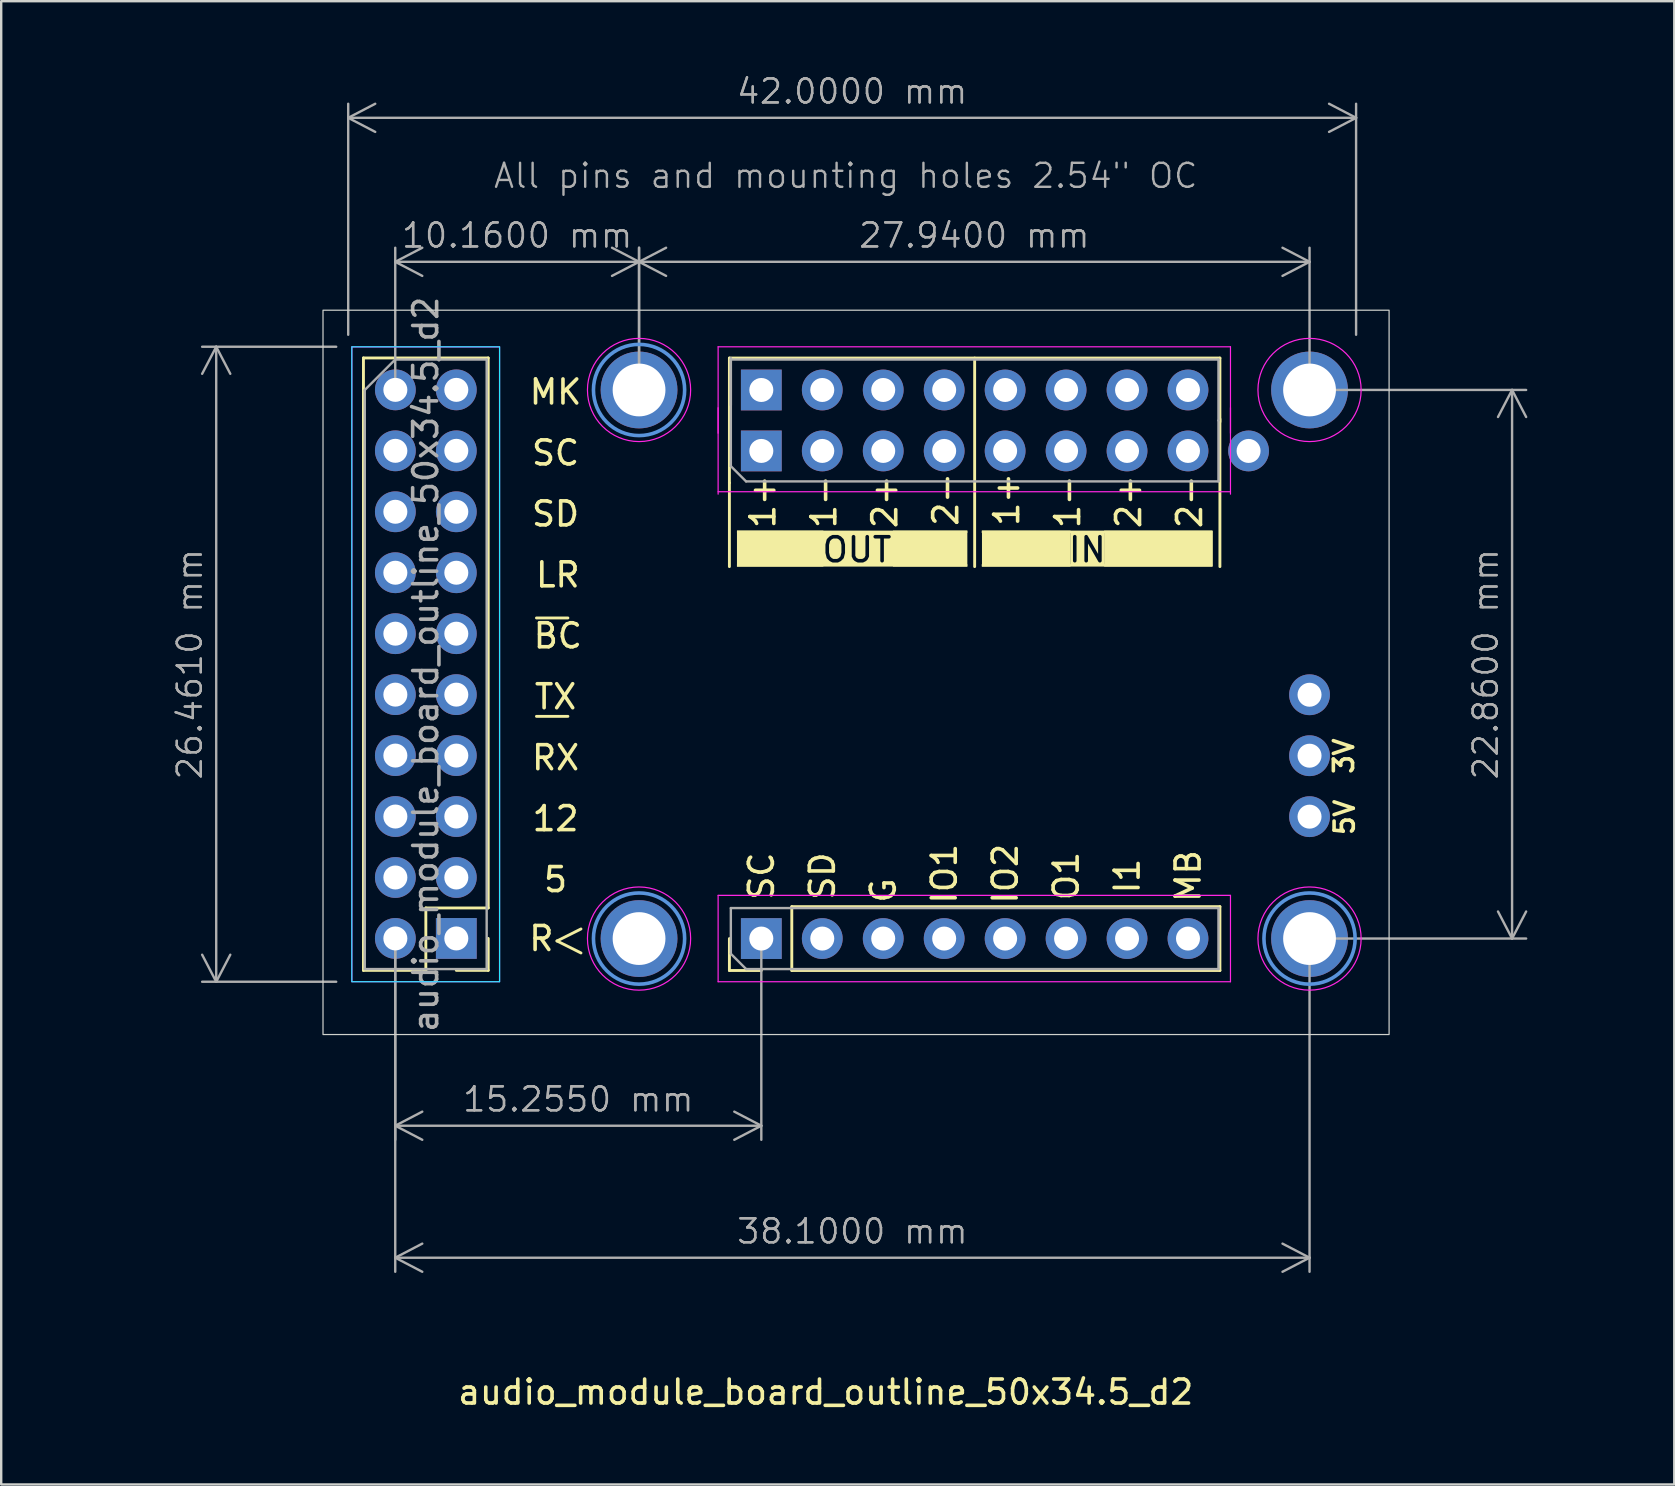
<source format=kicad_pcb>
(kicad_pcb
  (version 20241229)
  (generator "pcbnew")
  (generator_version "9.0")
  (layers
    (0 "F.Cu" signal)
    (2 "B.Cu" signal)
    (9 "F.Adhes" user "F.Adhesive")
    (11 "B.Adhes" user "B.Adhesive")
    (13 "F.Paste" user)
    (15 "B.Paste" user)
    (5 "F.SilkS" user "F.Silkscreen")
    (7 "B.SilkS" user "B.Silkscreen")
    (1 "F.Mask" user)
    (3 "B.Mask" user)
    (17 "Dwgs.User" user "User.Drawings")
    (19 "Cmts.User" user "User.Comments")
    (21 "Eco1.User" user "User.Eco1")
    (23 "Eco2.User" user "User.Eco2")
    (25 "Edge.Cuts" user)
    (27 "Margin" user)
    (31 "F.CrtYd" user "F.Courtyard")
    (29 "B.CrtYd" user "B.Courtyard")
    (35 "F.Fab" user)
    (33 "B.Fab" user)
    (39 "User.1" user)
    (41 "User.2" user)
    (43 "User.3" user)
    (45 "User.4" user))
  (footprint "audio_module_board_outline_50x34.5_d2"
    (layer "F.Cu")
    (at 11.46 37.861)
    (property "Reference" "audio_module_board_outline_50x34.5_d2" (at 19.9 17.1 180) (layer "F.SilkS") (effects (font (size 1 1) (thickness 0.15))))
    (attr through_hole exclude_from_bom)
    (fp_line (start 0.635 -0.475) (end 0.635 -25.995) (stroke (width 0.12) (type solid)) (layer "F.SilkS"))
    (fp_line (start 3.235 -3.075) (end 3.235 -0.475) (stroke (width 0.12) (type solid)) (layer "F.SilkS"))
    (fp_line (start 3.235 -0.475) (end 0.635 -0.475) (stroke (width 0.12) (type solid)) (layer "F.SilkS"))
    (fp_line (start 5.835 -25.995) (end 0.635 -25.995) (stroke (width 0.12) (type solid)) (layer "F.SilkS"))
    (fp_line (start 5.835 -3.075) (end 3.235 -3.075) (stroke (width 0.12) (type solid)) (layer "F.SilkS"))
    (fp_line (start 5.835 -3.075) (end 5.835 -25.995) (stroke (width 0.12) (type solid)) (layer "F.SilkS"))
    (fp_line (start 5.835 -1.805) (end 5.835 -0.475) (stroke (width 0.12) (type solid)) (layer "F.SilkS"))
    (fp_line (start 5.835 -0.475) (end 4.505 -0.475) (stroke (width 0.12) (type solid)) (layer "F.SilkS"))
    (fp_line (start 7.845 -15.16) (end 9.155 -15.16) (stroke (width 0.12) (type solid)) (layer "F.SilkS"))
    (fp_line (start 8.7 -1.7) (end 9.7 -1.2) (stroke (width 0.12) (type solid)) (layer "F.SilkS"))
    (fp_line (start 9.155 -11.06) (end 7.845 -11.06) (stroke (width 0.12) (type solid)) (layer "F.SilkS"))
    (fp_line (start 9.7 -2.2) (end 8.7 -1.7) (stroke (width 0.12) (type solid)) (layer "F.SilkS"))
    (fp_line (start 15.885 -25.99) (end 36.325 -25.99) (stroke (width 0.12) (type solid)) (layer "F.SilkS"))
    (fp_line (start 15.885 -20.79) (end 15.885 -25.99) (stroke (width 0.12) (type solid)) (layer "F.SilkS"))
    (fp_line (start 15.885 -20.79) (end 15.885 -17.3) (stroke (width 0.12) (type solid)) (layer "F.SilkS"))
    (fp_line (start 15.885 -0.47) (end 15.885 -1.8) (stroke (width 0.12) (type solid)) (layer "F.SilkS"))
    (fp_line (start 17.215 -0.47) (end 15.885 -0.47) (stroke (width 0.12) (type solid)) (layer "F.SilkS"))
    (fp_line (start 18.485 -3.13) (end 36.325 -3.13) (stroke (width 0.12) (type solid)) (layer "F.SilkS"))
    (fp_line (start 18.485 -0.47) (end 18.485 -3.13) (stroke (width 0.12) (type solid)) (layer "F.SilkS"))
    (fp_line (start 18.485 -0.47) (end 36.325 -0.47) (stroke (width 0.12) (type solid)) (layer "F.SilkS"))
    (fp_line (start 26.105 -25.99) (end 26.105 -17.3) (stroke (width 0.12) (type solid)) (layer "F.SilkS"))
    (fp_line (start 36.325 -23.33) (end 36.325 -25.99) (stroke (width 0.12) (type solid)) (layer "F.SilkS"))
    (fp_line (start 36.325 -17.3) (end 36.325 -23.45) (stroke (width 0.12) (type solid)) (layer "F.SilkS"))
    (fp_line (start 36.325 -0.47) (end 36.325 -3.13) (stroke (width 0.12) (type solid)) (layer "F.SilkS"))
    (fp_rect (start 16.2 -18.8) (end 19.8 -17.3) (stroke (width 0) (type solid)) (fill yes) (layer "F.SilkS"))
    (fp_rect (start 16.2 -18.8) (end 25.8 -18.7) (stroke (width 0) (type solid)) (fill yes) (layer "F.SilkS"))
    (fp_rect (start 16.2 -17.4) (end 25.8 -17.3) (stroke (width 0) (type solid)) (fill yes) (layer "F.SilkS"))
    (fp_rect (start 22.7 -18.8) (end 25.8 -17.3) (stroke (width 0) (type solid)) (fill yes) (layer "F.SilkS"))
    (fp_rect (start 26.4 -18.8) (end 36 -18.7) (stroke (width 0) (type solid)) (fill yes) (layer "F.SilkS"))
    (fp_rect (start 26.4 -17.4) (end 36 -17.3) (stroke (width 0) (type solid)) (fill yes) (layer "F.SilkS"))
    (fp_rect (start 26.41 -18.8) (end 30.1 -17.3) (stroke (width 0) (type solid)) (fill yes) (layer "F.SilkS"))
    (fp_rect (start 31.5 -18.8) (end 36.03 -17.3) (stroke (width 0) (type solid)) (fill yes) (layer "F.SilkS"))
    (fp_circle (center 12.12 -24.66) (end 14.02 -24.66) (stroke (width 0.15) (type solid)) (fill no) (layer "Cmts.User"))
    (fp_circle (center 12.12 -1.8) (end 14.02 -1.8) (stroke (width 0.15) (type solid)) (fill no) (layer "Cmts.User"))
    (fp_circle (center 40.06 -1.8) (end 41.96 -1.8) (stroke (width 0.15) (type solid)) (fill no) (layer "Cmts.User"))
    (fp_rect (start -1.05 -27.985) (end 43.375 2.2) (stroke (width 0.05) (type default)) (fill no) (layer "Edge.Cuts"))
    (fp_rect (start 0.15 -26.46) (end 6.31 0) (stroke (width 0.05) (type default)) (fill no) (layer "B.CrtYd"))
    (fp_line (start 0.155 -26.455) (end 0.155 -0.005) (stroke (width 0.05) (type solid)) (layer "F.CrtYd"))
    (fp_line (start 0.155 -0.005) (end 6.305 -0.005) (stroke (width 0.05) (type solid)) (layer "F.CrtYd"))
    (fp_line (start 6.305 -26.455) (end 0.155 -26.455) (stroke (width 0.05) (type solid)) (layer "F.CrtYd"))
    (fp_line (start 6.305 -0.005) (end 6.305 -26.455) (stroke (width 0.05) (type solid)) (layer "F.CrtYd"))
    (fp_line (start 15.415 -26.46) (end 15.415 -22.86) (stroke (width 0.05) (type solid)) (layer "F.CrtYd"))
    (fp_line (start 15.415 -23.92) (end 15.415 -20.32) (stroke (width 0.05) (type solid)) (layer "F.CrtYd"))
    (fp_line (start 15.415 -20.42) (end 36.765 -20.42) (stroke (width 0.05) (type solid)) (layer "F.CrtYd"))
    (fp_line (start 15.415 -3.6) (end 15.415 0) (stroke (width 0.05) (type solid)) (layer "F.CrtYd"))
    (fp_line (start 15.415 0) (end 36.765 0) (stroke (width 0.05) (type solid)) (layer "F.CrtYd"))
    (fp_line (start 36.765 -26.46) (end 15.415 -26.46) (stroke (width 0.05) (type solid)) (layer "F.CrtYd"))
    (fp_line (start 36.765 -22.86) (end 36.765 -26.46) (stroke (width 0.05) (type solid)) (layer "F.CrtYd"))
    (fp_line (start 36.765 -20.32) (end 36.765 -23.92) (stroke (width 0.05) (type solid)) (layer "F.CrtYd"))
    (fp_line (start 36.765 -3.6) (end 15.415 -3.6) (stroke (width 0.05) (type solid)) (layer "F.CrtYd"))
    (fp_line (start 36.765 0) (end 36.765 -3.6) (stroke (width 0.05) (type solid)) (layer "F.CrtYd"))
    (fp_circle (center 12.12 -24.66) (end 14.27 -24.66) (stroke (width 0.05) (type solid)) (fill no) (layer "F.CrtYd"))
    (fp_circle (center 12.12 -1.8) (end 14.27 -1.8) (stroke (width 0.05) (type solid)) (fill no) (layer "F.CrtYd"))
    (fp_circle (center 40.06 -24.66) (end 42.21 -24.66) (stroke (width 0.05) (type solid)) (fill no) (layer "F.CrtYd"))
    (fp_circle (center 40.06 -1.8) (end 42.21 -1.8) (stroke (width 0.05) (type solid)) (fill no) (layer "F.CrtYd"))
    (fp_line (start 0.69 -24.66) (end 1.96 -25.93) (stroke (width 0.1) (type solid)) (layer "F.Fab"))
    (fp_line (start 0.69 -0.53) (end 0.69 -24.66) (stroke (width 0.1) (type solid)) (layer "F.Fab"))
    (fp_line (start 1.96 -25.93) (end 5.77 -25.93) (stroke (width 0.1) (type solid)) (layer "F.Fab"))
    (fp_line (start 5.77 -25.93) (end 5.77 -0.53) (stroke (width 0.1) (type solid)) (layer "F.Fab"))
    (fp_line (start 5.77 -0.53) (end 0.69 -0.53) (stroke (width 0.1) (type solid)) (layer "F.Fab"))
    (fp_line (start 15.945 -25.93) (end 36.265 -25.93) (stroke (width 0.1) (type solid)) (layer "F.Fab"))
    (fp_line (start 15.945 -24.025) (end 15.945 -25.93) (stroke (width 0.1) (type solid)) (layer "F.Fab"))
    (fp_line (start 15.945 -21.485) (end 15.945 -25.99) (stroke (width 0.1) (type solid)) (layer "F.Fab"))
    (fp_line (start 15.945 -3.07) (end 36.265 -3.07) (stroke (width 0.1) (type solid)) (layer "F.Fab"))
    (fp_line (start 15.945 -1.165) (end 15.945 -3.07) (stroke (width 0.1) (type solid)) (layer "F.Fab"))
    (fp_line (start 16.58 -20.85) (end 15.945 -21.485) (stroke (width 0.1) (type solid)) (layer "F.Fab"))
    (fp_line (start 16.58 -0.53) (end 15.945 -1.165) (stroke (width 0.1) (type solid)) (layer "F.Fab"))
    (fp_line (start 36.265 -25.93) (end 36.265 -23.39) (stroke (width 0.1) (type solid)) (layer "F.Fab"))
    (fp_line (start 36.265 -23.39) (end 36.265 -20.85) (stroke (width 0.1) (type solid)) (layer "F.Fab"))
    (fp_line (start 36.265 -20.85) (end 16.58 -20.85) (stroke (width 0.1) (type solid)) (layer "F.Fab"))
    (fp_line (start 36.265 -3.07) (end 36.265 -0.53) (stroke (width 0.1) (type solid)) (layer "F.Fab"))
    (fp_line (start 36.265 -0.53) (end 16.58 -0.53) (stroke (width 0.1) (type solid)) (layer "F.Fab"))
    (fp_text user "1-" (at 29.98 -20.005 90) (unlocked yes) (layer "F.SilkS") (effects (font (size 1 1) (thickness 0.15))))
    (fp_text user "2-" (at 35.06 -20.005 90) (unlocked yes) (layer "F.SilkS") (effects (font (size 1 1) (thickness 0.15))))
    (fp_text user "IO2" (at 27.38 -4.5 90) (unlocked yes) (layer "F.SilkS") (effects (font (size 1 1) (thickness 0.15))))
    (fp_text user "5V" (at 41.52 -6.85 90) (unlocked yes) (layer "F.SilkS") (effects (font (size 0.8 0.8) (thickness 0.15))))
    (fp_text user "SC" (at 17.22 -4.405 90) (unlocked yes) (layer "F.SilkS") (effects (font (size 1 1) (thickness 0.15))))
    (fp_text user "2-" (at 24.9 -20.1 90) (unlocked yes) (layer "F.SilkS") (effects (font (size 1 1) (thickness 0.15))))
    (fp_text user "BC" (at 8.735 -14.415 0) (unlocked yes) (layer "F.SilkS") (effects (font (size 1 1) (thickness 0.15))))
    (fp_text user "MK" (at 8.64 -24.575 0) (unlocked yes) (layer "F.SilkS") (effects (font (size 1 1) (thickness 0.15))))
    (fp_text user "1+" (at 27.44 -20.1 90) (unlocked yes) (layer "F.SilkS") (effects (font (size 1 1) (thickness 0.15))))
    (fp_text user "SC" (at 8.64 -22.035 0) (unlocked yes) (layer "F.SilkS") (effects (font (size 1 1) (thickness 0.15))))
    (fp_text user "LR" (at 8.735 -16.955 0) (unlocked yes) (layer "F.SilkS") (effects (font (size 1 1) (thickness 0.15))))
    (fp_text user "2+" (at 32.52 -20.005 90) (unlocked yes) (layer "F.SilkS") (effects (font (size 1 1) (thickness 0.15))))
    (fp_text user "12" (at 8.64 -6.795 0) (unlocked yes) (layer "F.SilkS") (effects (font (size 1 1) (thickness 0.15))))
    (fp_text user "G" (at 22.3 -3.805 90) (unlocked yes) (layer "F.SilkS") (effects (font (size 1 1) (thickness 0.15))))
    (fp_text user "O1" (at 29.92 -4.405 90) (unlocked yes) (layer "F.SilkS") (effects (font (size 1 1) (thickness 0.15))))
    (fp_text user "MB" (at 35 -4.405 90) (unlocked yes) (layer "F.SilkS") (effects (font (size 1 1) (thickness 0.15))))
    (fp_text user "IN" (at 30.8 -18 0) (unlocked yes) (layer "F.SilkS" knockout) (effects (font (size 1 1) (thickness 0.15))))
    (fp_text user "TX" (at 8.64 -11.875 0) (unlocked yes) (layer "F.SilkS") (effects (font (size 1 1) (thickness 0.15))))
    (fp_text user "2+" (at 22.36 -20.005 90) (unlocked yes) (layer "F.SilkS") (effects (font (size 1 1) (thickness 0.15))))
    (fp_text user "5" (at 8.64 -4.255 0) (unlocked yes) (layer "F.SilkS") (effects (font (size 1 1) (thickness 0.15))))
    (fp_text user "RX" (at 8.64 -9.335 0) (unlocked yes) (layer "F.SilkS") (effects (font (size 1 1) (thickness 0.15))))
    (fp_text user "1-" (at 19.82 -20.005 90) (unlocked yes) (layer "F.SilkS") (effects (font (size 1 1) (thickness 0.15))))
    (fp_text user "1+" (at 17.28 -20.005 90) (unlocked yes) (layer "F.SilkS") (effects (font (size 1 1) (thickness 0.15))))
    (fp_text user "IO1" (at 24.84 -4.5 90) (unlocked yes) (layer "F.SilkS") (effects (font (size 1 1) (thickness 0.15))))
    (fp_text user "SD" (at 19.76 -4.405 90) (unlocked yes) (layer "F.SilkS") (effects (font (size 1 1) (thickness 0.15))))
    (fp_text user "SD" (at 8.64 -19.495 0) (unlocked yes) (layer "F.SilkS") (effects (font (size 1 1) (thickness 0.15))))
    (fp_text user "OUT" (at 21.2 -18 0) (unlocked yes) (layer "F.SilkS" knockout) (effects (font (size 1 1) (thickness 0.15))))
    (fp_text user "I1" (at 32.46 -4.405 90) (unlocked yes) (layer "F.SilkS") (effects (font (size 1 1) (thickness 0.15))))
    (fp_text user "R" (at 8.05 -1.8 0) (unlocked yes) (layer "F.SilkS") (effects (font (size 1 1) (thickness 0.15))))
    (fp_text user "3V" (at 41.49 -9.4 90) (unlocked yes) (layer "F.SilkS") (effects (font (size 0.8 0.8) (thickness 0.15))))
    (fp_text user "All pins and mounting holes 2.54\" OC" (at 6 -33 0) (unlocked yes) (layer "F.Fab") (effects (font (size 1 1) (thickness 0.1)) (justify left bottom)))
    (fp_text user "${REFERENCE}" (at 3.23 -13.23 90) (layer "F.Fab") (effects (font (size 1 1) (thickness 0.15))))
    (dimension (type orthogonal) (layer "F.Fab") (pts (xy 13.42 36.06) (xy 28.675 36.06)) (height 7.8) (orientation 0) (format (prefix "") (suffix "") (units 3) (units_format 1) (precision 4)) (style (thickness 0.1) (arrow_length 1.27) (text_position_mode 0) (arrow_direction outward) (extension_height 0.586) (extension_offset 0.5) (keep_text_aligned yes)) (gr_text "15.2550 mm" (at 21.047 42.761 0) (layer "F.Fab") (effects (font (size 1 1) (thickness 0.1)))))
    (dimension (type orthogonal) (layer "F.Fab") (pts (xy 13.42 13.2) (xy 23.58 13.2)) (height -5.34) (orientation 0) (format (prefix "") (suffix "") (units 3) (units_format 1) (precision 4)) (style (thickness 0.1) (arrow_length 1.27) (text_position_mode 0) (arrow_direction outward) (extension_height 0.586) (extension_offset 0.5) (keep_text_aligned yes)) (gr_text "10.1600 mm" (at 18.5 6.761 0) (layer "F.Fab") (effects (font (size 1 1) (thickness 0.1)))))
    (dimension (type orthogonal) (layer "F.Fab") (pts (xy 13.42 36.06) (xy 51.52 36.06)) (height 13.3) (orientation 0) (format (prefix "") (suffix "") (units 3) (units_format 1) (precision 4)) (style (thickness 0.1) (arrow_length 1.27) (text_position_mode 0) (arrow_direction outward) (extension_height 0.586) (extension_offset 0.5) (keep_text_aligned yes)) (gr_text "38.1000 mm" (at 32.47 48.261 0) (layer "F.Fab") (effects (font (size 1 1) (thickness 0.1)))))
    (dimension (type orthogonal) (layer "F.Fab") (pts (xy 11.46 11.4) (xy 11.46 37.861)) (height -5.5) (orientation 1) (format (prefix "") (suffix "") (units 3) (units_format 1) (precision 4)) (style (thickness 0.1) (arrow_length 1.27) (text_position_mode 0) (arrow_direction outward) (extension_height 0.586) (extension_offset 0.5) (keep_text_aligned yes)) (gr_text "26.4600 mm" (at 4.86 24.631 90) (layer "F.Fab") (effects (font (size 1 1) (thickness 0.1)))))
    (dimension (type orthogonal) (layer "F.Fab") (pts (xy 23.58 13.2) (xy 51.52 13.2)) (height -5.34) (orientation 0) (format (prefix "") (suffix "") (units 3) (units_format 1) (precision 4)) (style (thickness 0.1) (arrow_length 1.27) (text_position_mode 0) (arrow_direction outward) (extension_height 0.586) (extension_offset 0.5) (keep_text_aligned yes)) (gr_text "27.9400 mm" (at 37.55 6.761 0) (layer "F.Fab") (effects (font (size 1 1) (thickness 0.1)))))
    (dimension (type orthogonal) (layer "F.Fab") (pts (xy 11.46 11.4) (xy 53.46 11.4)) (height -9.54) (orientation 0) (format (prefix "") (suffix "") (units 3) (units_format 1) (precision 4)) (style (thickness 0.1) (arrow_length 1.27) (text_position_mode 0) (arrow_direction outward) (extension_height 0.586) (extension_offset 0.5) (keep_text_aligned yes)) (gr_text "42.0000 mm" (at 32.46 0.76 0) (layer "F.Fab") (effects (font (size 1 1) (thickness 0.1)))))
    (dimension (type orthogonal) (layer "F.Fab") (pts (xy 51.52 13.2) (xy 51.52 36.06)) (height 8.44) (orientation 1) (format (prefix "") (suffix "") (units 3) (units_format 1) (precision 4)) (style (thickness 0.1) (arrow_length 1.27) (text_position_mode 0) (arrow_direction outward) (extension_height 0.586) (extension_offset 0.5) (keep_text_aligned yes)) (gr_text "22.8600 mm" (at 58.86 24.631 90) (layer "F.Fab") (effects (font (size 1 1) (thickness 0.1)))))
    (pad "1" thru_hole rect (at 4.505 -1.805 180) (size 1.7 1.7) (drill 1) (layers "*.Cu" "*.Mask"))
    (pad "2" thru_hole oval (at 1.965 -1.805 180) (size 1.7 1.7) (drill 1) (layers "*.Cu" "*.Mask"))
    (pad "3" thru_hole oval (at 4.505 -4.345 180) (size 1.7 1.7) (drill 1) (layers "*.Cu" "*.Mask"))
    (pad "4" thru_hole oval (at 1.965 -4.345 180) (size 1.7 1.7) (drill 1) (layers "*.Cu" "*.Mask"))
    (pad "5" thru_hole oval (at 4.505 -6.885 180) (size 1.7 1.7) (drill 1) (layers "*.Cu" "*.Mask"))
    (pad "6" thru_hole oval (at 1.965 -6.885 180) (size 1.7 1.7) (drill 1) (layers "*.Cu" "*.Mask"))
    (pad "7" thru_hole oval (at 4.505 -9.425 180) (size 1.7 1.7) (drill 1) (layers "*.Cu" "*.Mask"))
    (pad "8" thru_hole oval (at 1.965 -9.425 180) (size 1.7 1.7) (drill 1) (layers "*.Cu" "*.Mask"))
    (pad "9" thru_hole oval (at 4.505 -11.965 180) (size 1.7 1.7) (drill 1) (layers "*.Cu" "*.Mask"))
    (pad "10" thru_hole oval (at 1.965 -11.965 180) (size 1.7 1.7) (drill 1) (layers "*.Cu" "*.Mask"))
    (pad "11" thru_hole oval (at 4.505 -14.505 180) (size 1.7 1.7) (drill 1) (layers "*.Cu" "*.Mask"))
    (pad "12" thru_hole oval (at 1.965 -14.505 90) (size 1.7 1.7) (drill 1) (layers "*.Cu" "*.Mask"))
    (pad "13" thru_hole oval (at 4.505 -17.045 180) (size 1.7 1.7) (drill 1) (layers "*.Cu" "*.Mask"))
    (pad "14" thru_hole oval (at 1.965 -17.045 180) (size 1.7 1.7) (drill 1) (layers "*.Cu" "*.Mask"))
    (pad "15" thru_hole oval (at 4.505 -19.585 180) (size 1.7 1.7) (drill 1) (layers "*.Cu" "*.Mask"))
    (pad "16" thru_hole oval (at 1.965 -19.585 180) (size 1.7 1.7) (drill 1) (layers "*.Cu" "*.Mask"))
    (pad "17" thru_hole oval (at 4.505 -22.125 180) (size 1.7 1.7) (drill 1) (layers "*.Cu" "*.Mask"))
    (pad "18" thru_hole oval (at 1.965 -22.125 180) (size 1.7 1.7) (drill 1) (layers "*.Cu" "*.Mask"))
    (pad "19" thru_hole oval (at 4.505 -24.665 180) (size 1.7 1.7) (drill 1) (layers "*.Cu" "*.Mask"))
    (pad "20" thru_hole oval (at 1.965 -24.665 180) (size 1.7 1.7) (drill 1) (layers "*.Cu" "*.Mask"))
    (pad "21" thru_hole rect (at 17.215 -22.12 90) (size 1.7 1.7) (drill 1) (layers "*.Cu" "*.Mask"))
    (pad "22" thru_hole rect (at 17.215 -24.66 90) (size 1.7 1.7) (drill 1) (layers "*.Cu" "*.Mask"))
    (pad "23" thru_hole oval (at 19.755 -22.12 90) (size 1.7 1.7) (drill 1) (layers "*.Cu" "*.Mask"))
    (pad "24" thru_hole oval (at 19.755 -24.66 90) (size 1.7 1.7) (drill 1) (layers "*.Cu" "*.Mask"))
    (pad "25" thru_hole oval (at 22.295 -22.12 90) (size 1.7 1.7) (drill 1) (layers "*.Cu" "*.Mask"))
    (pad "26" thru_hole oval (at 22.295 -24.66 90) (size 1.7 1.7) (drill 1) (layers "*.Cu" "*.Mask"))
    (pad "27" thru_hole oval (at 24.835 -22.12 90) (size 1.7 1.7) (drill 1) (layers "*.Cu" "*.Mask"))
    (pad "28" thru_hole oval (at 24.835 -24.66 90) (size 1.7 1.7) (drill 1) (layers "*.Cu" "*.Mask"))
    (pad "29" thru_hole oval (at 27.375 -22.12 90) (size 1.7 1.7) (drill 1) (layers "*.Cu" "*.Mask"))
    (pad "30" thru_hole oval (at 27.375 -24.66 90) (size 1.7 1.7) (drill 1) (layers "*.Cu" "*.Mask"))
    (pad "31" thru_hole oval (at 29.915 -22.12 90) (size 1.7 1.7) (drill 1) (layers "*.Cu" "*.Mask"))
    (pad "32" thru_hole oval (at 29.915 -24.66 90) (size 1.7 1.7) (drill 1) (layers "*.Cu" "*.Mask"))
    (pad "33" thru_hole oval (at 32.455 -22.12 90) (size 1.7 1.7) (drill 1) (layers "*.Cu" "*.Mask"))
    (pad "34" thru_hole oval (at 32.455 -24.66 90) (size 1.7 1.7) (drill 1) (layers "*.Cu" "*.Mask"))
    (pad "35" thru_hole oval (at 34.995 -22.12 90) (size 1.7 1.7) (drill 1) (layers "*.Cu" "*.Mask"))
    (pad "36" thru_hole oval (at 34.995 -24.66 90) (size 1.7 1.7) (drill 1) (layers "*.Cu" "*.Mask"))
    (pad "37" thru_hole rect (at 17.215 -1.8 90) (size 1.7 1.7) (drill 1) (layers "*.Cu" "*.Mask"))
    (pad "38" thru_hole oval (at 19.755 -1.8 90) (size 1.7 1.7) (drill 1) (layers "*.Cu" "*.Mask"))
    (pad "39" thru_hole oval (at 22.295 -1.8 90) (size 1.7 1.7) (drill 1) (layers "*.Cu" "*.Mask"))
    (pad "40" thru_hole oval (at 24.835 -1.8 90) (size 1.7 1.7) (drill 1) (layers "*.Cu" "*.Mask"))
    (pad "41" thru_hole oval (at 27.375 -1.8 90) (size 1.7 1.7) (drill 1) (layers "*.Cu" "*.Mask"))
    (pad "42" thru_hole oval (at 29.915 -1.8 90) (size 1.7 1.7) (drill 1) (layers "*.Cu" "*.Mask"))
    (pad "43" thru_hole oval (at 32.455 -1.8 90) (size 1.7 1.7) (drill 1) (layers "*.Cu" "*.Mask"))
    (pad "44" thru_hole oval (at 34.995 -1.8 90) (size 1.7 1.7) (drill 1) (layers "*.Cu" "*.Mask"))
    (pad "45" thru_hole oval (at 40.06 -6.88 90) (size 1.7 1.7) (drill 1) (layers "*.Cu" "*.Mask"))
    (pad "46" thru_hole oval (at 40.06 -9.42 90) (size 1.7 1.7) (drill 1) (layers "*.Cu" "*.Mask"))
    (pad "47" thru_hole oval (at 40.06 -11.96 90) (size 1.7 1.7) (drill 1) (layers "*.Cu" "*.Mask"))
    (pad "48" thru_hole oval (at 37.52 -22.12 90) (size 1.7 1.7) (drill 1) (layers "*.Cu" "*.Mask"))
    (pad "49" thru_hole circle (at 12.12 -24.66) (size 3.2 3.2) (drill 2.2) (layers "*.Cu" "*.Mask"))
    (pad "50" thru_hole circle (at 40.06 -24.66) (size 3.2 3.2) (drill 2.2) (layers "*.Cu" "*.Mask"))
    (pad "51" thru_hole circle (at 12.12 -1.8) (size 3.2 3.2) (drill 2.2) (layers "*.Cu" "*.Mask"))
    (pad "52" thru_hole circle (at 40.06 -1.8) (size 3.2 3.2) (drill 2.2) (layers "*.Cu" "*.Mask")))
  (gr_rect
    (start -3 -3)
    (end 66.719 58.809)
    (stroke (width 0.1) (type default))
    (fill no)
    (layer "Edge.Cuts")))
</source>
